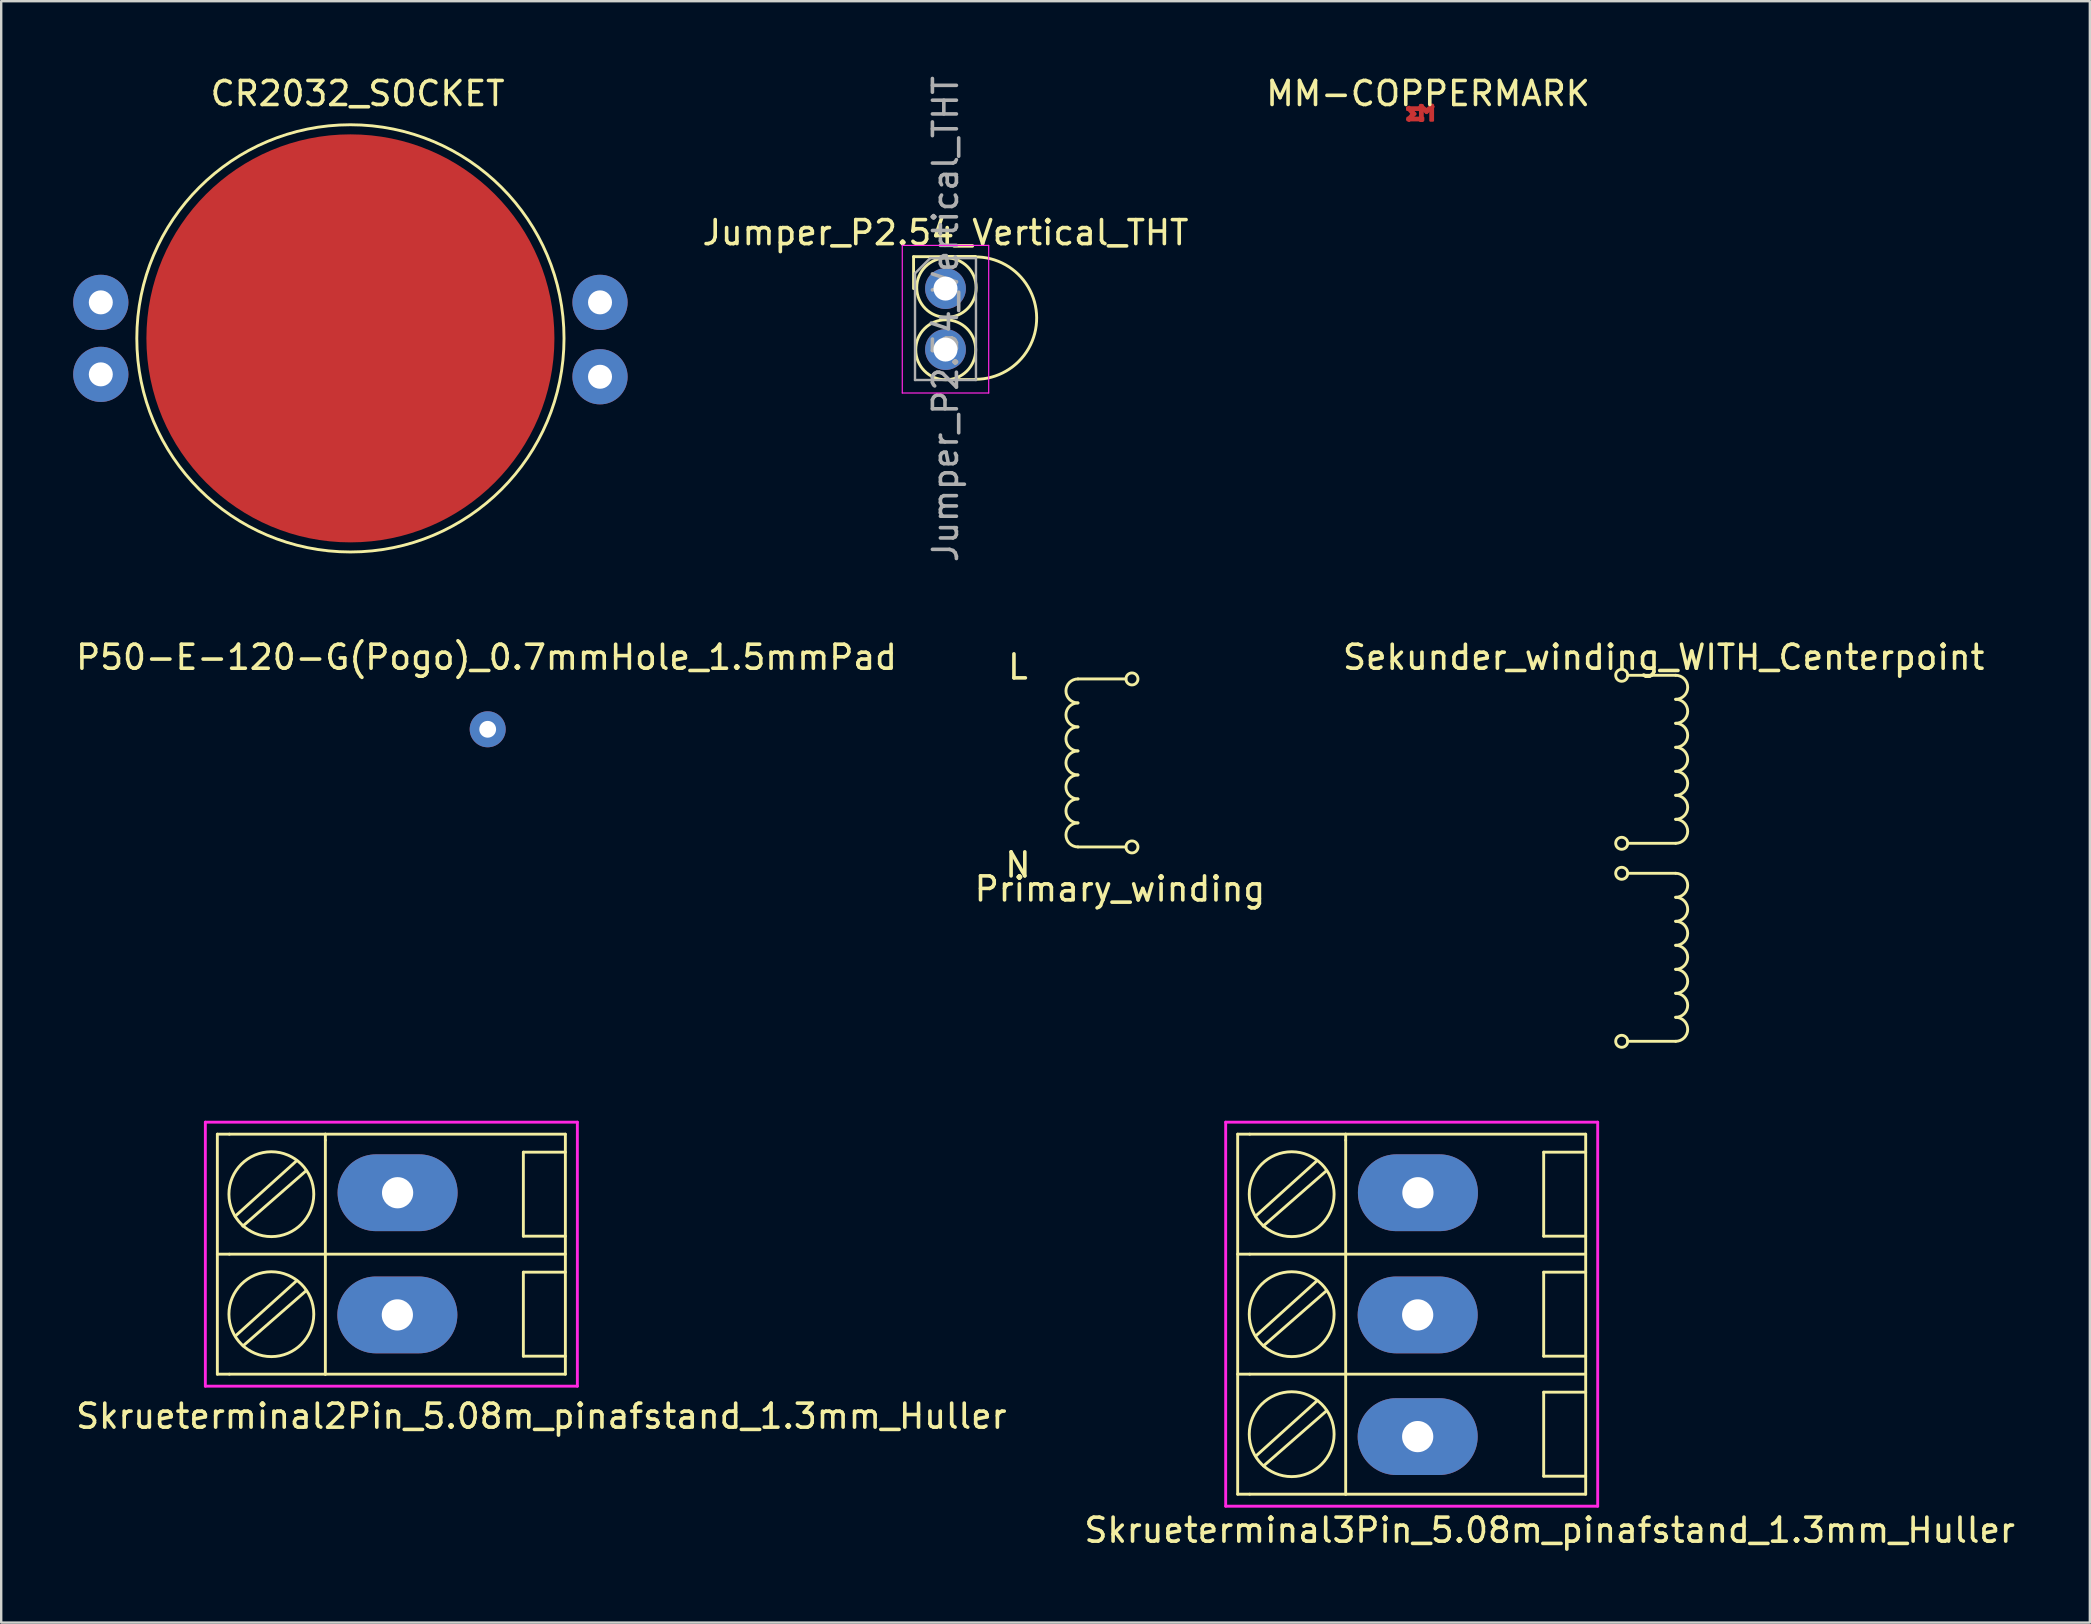
<source format=kicad_pcb>
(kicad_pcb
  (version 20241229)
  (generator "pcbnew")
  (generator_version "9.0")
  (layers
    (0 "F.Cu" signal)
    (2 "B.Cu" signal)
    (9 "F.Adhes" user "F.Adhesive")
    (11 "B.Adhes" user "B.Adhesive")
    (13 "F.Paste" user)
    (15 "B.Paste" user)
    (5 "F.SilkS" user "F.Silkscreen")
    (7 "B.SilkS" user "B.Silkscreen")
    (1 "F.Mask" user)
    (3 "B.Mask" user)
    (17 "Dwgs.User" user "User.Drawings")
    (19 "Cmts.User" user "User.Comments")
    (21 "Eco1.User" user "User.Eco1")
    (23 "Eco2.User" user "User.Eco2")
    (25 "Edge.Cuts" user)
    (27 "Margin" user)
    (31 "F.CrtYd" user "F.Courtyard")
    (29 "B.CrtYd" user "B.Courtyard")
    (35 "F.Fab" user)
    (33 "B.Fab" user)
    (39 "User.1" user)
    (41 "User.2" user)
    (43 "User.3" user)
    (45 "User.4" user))
  (footprint "Skrueterminal3Pin_5.08m_pinafstand_1.3mm_Huller"
    (layer "F.Cu")
    (at 56.018 44.456)
    (property "Reference" "Skrueterminal3Pin_5.08m_pinafstand_1.3mm_Huller" (at 5.5 16.25 0) (layer "F.SilkS") (effects (font (size 1 1) (thickness 0.15))))
    (attr through_hole)
    (fp_line (start -7.5 -0.25) (end -7.5 14.75) (stroke (width 0.12) (type solid)) (layer "F.SilkS"))
    (fp_line (start -7.5 -0.25) (end -7 -0.25) (stroke (width 0.12) (type solid)) (layer "F.SilkS"))
    (fp_line (start -7.5 14.75) (end -7 14.75) (stroke (width 0.12) (type solid)) (layer "F.SilkS"))
    (fp_line (start -7 -0.25) (end -3 -0.25) (stroke (width 0.12) (type solid)) (layer "F.SilkS"))
    (fp_line (start -7 4.75) (end -7.5 4.75) (stroke (width 0.12) (type solid)) (layer "F.SilkS"))
    (fp_line (start -7 9.75) (end -7.5 9.75) (stroke (width 0.12) (type solid)) (layer "F.SilkS"))
    (fp_line (start -6.44 3.58) (end -3.82 1.29) (stroke (width 0.12) (type solid)) (layer "F.SilkS"))
    (fp_line (start -6.43 8.57) (end -3.81 6.28) (stroke (width 0.12) (type solid)) (layer "F.SilkS"))
    (fp_line (start -6.42 13.57) (end -3.8 11.28) (stroke (width 0.12) (type solid)) (layer "F.SilkS"))
    (fp_line (start -4.2 0.86) (end -6.76 3.17) (stroke (width 0.12) (type solid)) (layer "F.SilkS"))
    (fp_line (start -4.19 5.85) (end -6.75 8.16) (stroke (width 0.12) (type solid)) (layer "F.SilkS"))
    (fp_line (start -4.18 10.85) (end -6.74 13.16) (stroke (width 0.12) (type solid)) (layer "F.SilkS"))
    (fp_line (start -3 -0.25) (end -3 0) (stroke (width 0.12) (type solid)) (layer "F.SilkS"))
    (fp_line (start -3 -0.25) (end 7 -0.25) (stroke (width 0.12) (type solid)) (layer "F.SilkS"))
    (fp_line (start -3 0) (end -3 4.75) (stroke (width 0.12) (type solid)) (layer "F.SilkS"))
    (fp_line (start -3 4.75) (end -7 4.75) (stroke (width 0.12) (type solid)) (layer "F.SilkS"))
    (fp_line (start -3 4.75) (end -3 9.75) (stroke (width 0.12) (type solid)) (layer "F.SilkS"))
    (fp_line (start -3 4.75) (end 7 4.75) (stroke (width 0.12) (type solid)) (layer "F.SilkS"))
    (fp_line (start -3 9.75) (end -7 9.75) (stroke (width 0.12) (type solid)) (layer "F.SilkS"))
    (fp_line (start -3 9.75) (end -3 14.75) (stroke (width 0.12) (type solid)) (layer "F.SilkS"))
    (fp_line (start -3 9.75) (end 7 9.75) (stroke (width 0.12) (type solid)) (layer "F.SilkS"))
    (fp_line (start -3 14.75) (end -7 14.75) (stroke (width 0.12) (type solid)) (layer "F.SilkS"))
    (fp_line (start -3 14.75) (end 7 14.75) (stroke (width 0.12) (type solid)) (layer "F.SilkS"))
    (fp_line (start 5.25 0.5) (end 5.25 4) (stroke (width 0.12) (type solid)) (layer "F.SilkS"))
    (fp_line (start 5.25 4) (end 7 4) (stroke (width 0.12) (type solid)) (layer "F.SilkS"))
    (fp_line (start 5.25 5.5) (end 5.25 9) (stroke (width 0.12) (type solid)) (layer "F.SilkS"))
    (fp_line (start 5.25 9) (end 7 9) (stroke (width 0.12) (type solid)) (layer "F.SilkS"))
    (fp_line (start 5.25 10.5) (end 5.25 14) (stroke (width 0.12) (type solid)) (layer "F.SilkS"))
    (fp_line (start 5.25 14) (end 7 14) (stroke (width 0.12) (type solid)) (layer "F.SilkS"))
    (fp_line (start 7 -0.25) (end 7 14.75) (stroke (width 0.12) (type solid)) (layer "F.SilkS"))
    (fp_line (start 7 0.5) (end 5.25 0.5) (stroke (width 0.12) (type solid)) (layer "F.SilkS"))
    (fp_line (start 7 5.5) (end 5.25 5.5) (stroke (width 0.12) (type solid)) (layer "F.SilkS"))
    (fp_line (start 7 10.5) (end 5.25 10.5) (stroke (width 0.12) (type solid)) (layer "F.SilkS"))
    (fp_circle (center -5.25 2.25) (end -3.5 2) (stroke (width 0.12) (type solid)) (fill no) (layer "F.SilkS"))
    (fp_circle (center -5.25 7.25) (end -3.5 7) (stroke (width 0.12) (type solid)) (fill no) (layer "F.SilkS"))
    (fp_circle (center -5.25 12.25) (end -3.5 12) (stroke (width 0.12) (type solid)) (fill no) (layer "F.SilkS"))
    (fp_line (start -8 -0.75) (end -8 15.25) (stroke (width 0.12) (type solid)) (layer "F.CrtYd"))
    (fp_line (start -8 15.25) (end 7.5 15.25) (stroke (width 0.12) (type solid)) (layer "F.CrtYd"))
    (fp_line (start 7.5 -0.75) (end -8 -0.75) (stroke (width 0.12) (type solid)) (layer "F.CrtYd"))
    (fp_line (start 7.5 15.25) (end 7.5 -0.75) (stroke (width 0.12) (type solid)) (layer "F.CrtYd"))
    (pad "1" thru_hole oval (at 0.01 2.19) (size 5 3.2) (drill 1.3) (layers "*.Cu" "*.Mask"))
    (pad "2" thru_hole oval (at 0 7.28) (size 5 3.2) (drill 1.3) (layers "*.Cu" "*.Mask"))
    (pad "3" thru_hole oval (at 0 12.35) (size 5 3.2) (drill 1.3) (layers "*.Cu" "*.Mask")))
  (footprint "MM-COPPERMARK"
    (layer "F.Cu")
    (at 56.151 1.438)
    (property "Reference" "MM-COPPERMARK" (at 0.3 -0.59 0) (layer "F.SilkS") (effects (font (size 1 1) (thickness 0.15))))
    (attr through_hole)
    (pad "1" smd roundrect (at -0.24 0.04 90) (size 0.2 0.75) (layers "F.Cu" "F.Mask" "F.Paste") (roundrect_rratio 0.25))
    (pad "1" smd roundrect (at -0.23 0.47 90) (size 0.2 0.75) (layers "F.Cu" "F.Mask" "F.Paste") (roundrect_rratio 0.25))
    (pad "1" smd roundrect (at 0.02 0.22) (size 0.2 0.75) (layers "F.Cu" "F.Mask" "F.Paste") (roundrect_rratio 0.25))
    (pad "1" smd roundrect (at 0.45 0.21) (size 0.2 0.75) (layers "F.Cu" "F.Mask" "F.Paste") (roundrect_rratio 0.25))
    (pad "2" smd roundrect (at -0.4 0.15 40) (size 0.2 0.5) (layers "F.Cu" "F.Mask" "F.Paste") (roundrect_rratio 0.25))
    (pad "2" smd roundrect (at -0.4 0.36 140) (size 0.2 0.5) (layers "F.Cu" "F.Mask" "F.Paste") (roundrect_rratio 0.25))
    (pad "2" smd roundrect (at 0.13 0.05 50) (size 0.2 0.5) (layers "F.Cu" "F.Mask" "F.Paste") (roundrect_rratio 0.25))
    (pad "2" smd roundrect (at 0.34 0.05 310) (size 0.2 0.5) (layers "F.Cu" "F.Mask" "F.Paste") (roundrect_rratio 0.25)))
  (footprint "P50-E-120-G(Pogo)_0.7mmHole_1.5mmPad"
    (layer "F.Cu")
    (at 17.27 27.336)
    (property "Reference" "P50-E-120-G(Pogo)_0.7mmHole_1.5mmPad" (at -0.05 -3 0) (layer "F.SilkS") (effects (font (size 1 1) (thickness 0.15))))
    (attr through_hole)
    (pad "1" thru_hole circle (at 0 0) (size 1.5 1.5) (drill 0.7) (layers "*.Cu" "*.Mask")))
  (footprint "Skrueterminal2Pin_5.08m_pinafstand_1.3mm_Huller"
    (layer "F.Cu")
    (at 13.506 44.456)
    (property "Reference" "Skrueterminal2Pin_5.08m_pinafstand_1.3mm_Huller" (at 6 11.5 0) (layer "F.SilkS") (effects (font (size 1 1) (thickness 0.15))))
    (attr through_hole)
    (fp_line (start -7.5 -0.25) (end -7.5 9.75) (stroke (width 0.12) (type solid)) (layer "F.SilkS"))
    (fp_line (start -7.5 -0.25) (end -7 -0.25) (stroke (width 0.12) (type solid)) (layer "F.SilkS"))
    (fp_line (start -7 -0.25) (end -3 -0.25) (stroke (width 0.12) (type solid)) (layer "F.SilkS"))
    (fp_line (start -7 4.75) (end -7.5 4.75) (stroke (width 0.12) (type solid)) (layer "F.SilkS"))
    (fp_line (start -7 9.75) (end -7.5 9.75) (stroke (width 0.12) (type solid)) (layer "F.SilkS"))
    (fp_line (start -6.44 3.58) (end -3.82 1.29) (stroke (width 0.12) (type solid)) (layer "F.SilkS"))
    (fp_line (start -6.43 8.57) (end -3.81 6.28) (stroke (width 0.12) (type solid)) (layer "F.SilkS"))
    (fp_line (start -4.2 0.86) (end -6.76 3.17) (stroke (width 0.12) (type solid)) (layer "F.SilkS"))
    (fp_line (start -4.19 5.85) (end -6.75 8.16) (stroke (width 0.12) (type solid)) (layer "F.SilkS"))
    (fp_line (start -3 -0.25) (end -3 0) (stroke (width 0.12) (type solid)) (layer "F.SilkS"))
    (fp_line (start -3 -0.25) (end 7 -0.25) (stroke (width 0.12) (type solid)) (layer "F.SilkS"))
    (fp_line (start -3 0) (end -3 4.75) (stroke (width 0.12) (type solid)) (layer "F.SilkS"))
    (fp_line (start -3 4.75) (end -7 4.75) (stroke (width 0.12) (type solid)) (layer "F.SilkS"))
    (fp_line (start -3 4.75) (end -3 9.75) (stroke (width 0.12) (type solid)) (layer "F.SilkS"))
    (fp_line (start -3 4.75) (end 7 4.75) (stroke (width 0.12) (type solid)) (layer "F.SilkS"))
    (fp_line (start -3 9.75) (end -7 9.75) (stroke (width 0.12) (type solid)) (layer "F.SilkS"))
    (fp_line (start -3 9.75) (end 7 9.75) (stroke (width 0.12) (type solid)) (layer "F.SilkS"))
    (fp_line (start 5.25 0.5) (end 5.25 4) (stroke (width 0.12) (type solid)) (layer "F.SilkS"))
    (fp_line (start 5.25 4) (end 7 4) (stroke (width 0.12) (type solid)) (layer "F.SilkS"))
    (fp_line (start 5.25 5.5) (end 5.25 9) (stroke (width 0.12) (type solid)) (layer "F.SilkS"))
    (fp_line (start 5.25 9) (end 7 9) (stroke (width 0.12) (type solid)) (layer "F.SilkS"))
    (fp_line (start 7 -0.25) (end 7 9.75) (stroke (width 0.12) (type solid)) (layer "F.SilkS"))
    (fp_line (start 7 0.5) (end 5.25 0.5) (stroke (width 0.12) (type solid)) (layer "F.SilkS"))
    (fp_line (start 7 5.5) (end 5.25 5.5) (stroke (width 0.12) (type solid)) (layer "F.SilkS"))
    (fp_circle (center -5.25 2.25) (end -3.5 2) (stroke (width 0.12) (type solid)) (fill no) (layer "F.SilkS"))
    (fp_circle (center -5.25 7.25) (end -3.5 7) (stroke (width 0.12) (type solid)) (fill no) (layer "F.SilkS"))
    (fp_line (start -8 -0.75) (end -8 10.25) (stroke (width 0.12) (type solid)) (layer "F.CrtYd"))
    (fp_line (start -8 10.25) (end 7.5 10.25) (stroke (width 0.12) (type solid)) (layer "F.CrtYd"))
    (fp_line (start 7.5 -0.75) (end -8 -0.75) (stroke (width 0.12) (type solid)) (layer "F.CrtYd"))
    (fp_line (start 7.5 10.25) (end 7.5 -0.75) (stroke (width 0.12) (type solid)) (layer "F.CrtYd"))
    (pad "1" thru_hole oval (at 0.01 2.19) (size 5 3.2) (drill 1.3) (layers "*.Cu" "*.Mask"))
    (pad "2" thru_hole oval (at 0 7.28) (size 5 3.2) (drill 1.3) (layers "*.Cu" "*.Mask")))
  (footprint "Jumper_P2.54_Vertical_THT"
    (layer "F.Cu")
    (at 36.344 8.974)
    (property "Reference" "Jumper_P2.54_Vertical_THT" (at 0 -2.33 0) (layer "F.SilkS") (effects (font (size 1 1) (thickness 0.15))))
    (attr through_hole)
    (fp_line (start -1.33 -1.33) (end 0 -1.33) (stroke (width 0.12) (type solid)) (layer "F.SilkS"))
    (fp_line (start -1.33 0) (end -1.33 -1.33) (stroke (width 0.12) (type solid)) (layer "F.SilkS"))
    (fp_line (start 1.25 -1.34) (end 0 -1.34) (stroke (width 0.12) (type solid)) (layer "F.SilkS"))
    (fp_line (start 1.26 3.79) (end 0 3.79) (stroke (width 0.12) (type solid)) (layer "F.SilkS"))
    (fp_arc (start 1.21 -1.32) (mid 3.796709 1.211347) (end 1.246775 3.779735) (stroke (width 0.12) (type solid)) (layer "F.SilkS"))
    (fp_circle (center 0.01 2.55) (end 1.19 2.96) (stroke (width 0.12) (type solid)) (fill no) (layer "F.SilkS"))
    (fp_circle (center 0.04 -0.039) (end 1.19 0.421) (stroke (width 0.12) (type solid)) (fill no) (layer "F.SilkS"))
    (fp_line (start -1.8 -1.8) (end -1.8 4.35) (stroke (width 0.05) (type solid)) (layer "F.CrtYd"))
    (fp_line (start -1.8 4.35) (end 1.8 4.35) (stroke (width 0.05) (type solid)) (layer "F.CrtYd"))
    (fp_line (start 1.8 -1.8) (end -1.8 -1.8) (stroke (width 0.05) (type solid)) (layer "F.CrtYd"))
    (fp_line (start 1.8 4.35) (end 1.8 -1.8) (stroke (width 0.05) (type solid)) (layer "F.CrtYd"))
    (fp_line (start -1.27 -0.635) (end -0.635 -1.27) (stroke (width 0.1) (type solid)) (layer "F.Fab"))
    (fp_line (start -1.27 3.81) (end -1.27 -0.635) (stroke (width 0.1) (type solid)) (layer "F.Fab"))
    (fp_line (start -0.635 -1.27) (end 1.27 -1.27) (stroke (width 0.1) (type solid)) (layer "F.Fab"))
    (fp_line (start 1.27 -1.27) (end 1.27 3.81) (stroke (width 0.1) (type solid)) (layer "F.Fab"))
    (fp_line (start 1.27 3.81) (end -1.27 3.81) (stroke (width 0.1) (type solid)) (layer "F.Fab"))
    (fp_text user "${REFERENCE}" (at 0 1.27 90) (layer "F.Fab") (effects (font (size 1 1) (thickness 0.15))))
    (pad "1" thru_hole circle (at 0 0) (size 1.7 1.7) (drill 1) (layers "*.Cu" "*.Mask"))
    (pad "2" thru_hole oval (at 0 2.54) (size 1.7 1.7) (drill 1) (layers "*.Cu" "*.Mask")))
  (footprint "CR2032_SOCKET"
    (layer "F.Cu")
    (at 11.55 11.048)
    (property "Reference" "CR2032_SOCKET" (at 0.3 -10.2 0) (layer "F.SilkS") (effects (font (size 1 1) (thickness 0.15))))
    (attr through_hole)
    (fp_circle (center 0 0) (end 8.9 0) (stroke (width 0.12) (type solid)) (fill no) (layer "F.SilkS"))
    (pad "1" thru_hole circle (at -10.4 -1.5) (size 2.3 2.3) (drill 1) (layers "*.Cu" "*.Mask"))
    (pad "1" thru_hole circle (at -10.4 1.5) (size 2.3 2.3) (drill 1) (layers "*.Cu" "*.Mask"))
    (pad "1" thru_hole circle (at 10.4 -1.5) (size 2.3 2.3) (drill 1) (layers "*.Cu" "*.Mask"))
    (pad "1" thru_hole circle (at 10.4 1.6) (size 2.3 2.3) (drill 1) (layers "*.Cu" "*.Mask"))
    (pad "2" smd circle (at 0 0) (size 17 17) (layers "F.Cu" "F.Mask" "F.Paste")))
  (footprint "Primary_winding"
    (layer "F.Cu")
    (at 43.113 23.738)
    (property "Reference" "Primary_winding" (at 0.5 10.25 180) (layer "F.SilkS") (effects (font (size 1 1) (thickness 0.15))))
    (attr through_hole)
    (fp_line (start 0.75 1.5) (end -1.25 1.5) (stroke (width 0.12) (type solid)) (layer "F.SilkS"))
    (fp_line (start 0.75 8.5) (end -1.25 8.5) (stroke (width 0.12) (type solid)) (layer "F.SilkS"))
    (fp_arc (start -1.25 2.5) (mid -1.75 2) (end -1.25 1.5) (stroke (width 0.12) (type solid)) (layer "F.SilkS"))
    (fp_arc (start -1.25 3.5) (mid -1.75 3) (end -1.25 2.5) (stroke (width 0.12) (type solid)) (layer "F.SilkS"))
    (fp_arc (start -1.25 4.5) (mid -1.75 4) (end -1.25 3.5) (stroke (width 0.12) (type solid)) (layer "F.SilkS"))
    (fp_arc (start -1.25 5.5) (mid -1.75 5) (end -1.25 4.5) (stroke (width 0.12) (type solid)) (layer "F.SilkS"))
    (fp_arc (start -1.25 6.5) (mid -1.75 6) (end -1.25 5.5) (stroke (width 0.12) (type solid)) (layer "F.SilkS"))
    (fp_arc (start -1.25 7.5) (mid -1.75 7) (end -1.25 6.5) (stroke (width 0.12) (type solid)) (layer "F.SilkS"))
    (fp_arc (start -1.25 8.5) (mid -1.75 8) (end -1.25 7.5) (stroke (width 0.12) (type solid)) (layer "F.SilkS"))
    (fp_circle (center 1 1.5) (end 1 1.25) (stroke (width 0.12) (type solid)) (fill no) (layer "F.SilkS"))
    (fp_circle (center 1 8.5) (end 1 8.25) (stroke (width 0.12) (type solid)) (fill no) (layer "F.SilkS"))
    (fp_text user "N" (at -3.75 9.25 0) (layer "F.SilkS") (effects (font (size 1 1) (thickness 0.15))))
    (fp_text user "L" (at -3.75 1 0) (layer "F.SilkS") (effects (font (size 1 1) (thickness 0.15)))))
  (footprint "Sekunder_winding_WITH_Centerpoint"
    (layer "F.Cu")
    (at 66.268 23.836)
    (property "Reference" "Sekunder_winding_WITH_Centerpoint" (at 0 0.5 0) (layer "F.SilkS") (effects (font (size 1 1) (thickness 0.15))))
    (attr through_hole)
    (fp_line (start -1.5 1.25) (end 0.5 1.25) (stroke (width 0.12) (type solid)) (layer "F.SilkS"))
    (fp_line (start -1.5 8.25) (end 0.5 8.25) (stroke (width 0.12) (type solid)) (layer "F.SilkS"))
    (fp_line (start -1.5 9.5) (end 0.5 9.5) (stroke (width 0.12) (type solid)) (layer "F.SilkS"))
    (fp_line (start -1.5 16.5) (end 0.5 16.5) (stroke (width 0.12) (type solid)) (layer "F.SilkS"))
    (fp_arc (start 0.5 1.25) (mid 1 1.75) (end 0.5 2.25) (stroke (width 0.12) (type solid)) (layer "F.SilkS"))
    (fp_arc (start 0.5 2.25) (mid 1 2.75) (end 0.5 3.25) (stroke (width 0.12) (type solid)) (layer "F.SilkS"))
    (fp_arc (start 0.5 3.25) (mid 1 3.75) (end 0.5 4.25) (stroke (width 0.12) (type solid)) (layer "F.SilkS"))
    (fp_arc (start 0.5 4.25) (mid 1 4.75) (end 0.5 5.25) (stroke (width 0.12) (type solid)) (layer "F.SilkS"))
    (fp_arc (start 0.5 5.25) (mid 1 5.75) (end 0.5 6.25) (stroke (width 0.12) (type solid)) (layer "F.SilkS"))
    (fp_arc (start 0.5 6.25) (mid 1 6.75) (end 0.5 7.25) (stroke (width 0.12) (type solid)) (layer "F.SilkS"))
    (fp_arc (start 0.5 7.25) (mid 1 7.75) (end 0.5 8.25) (stroke (width 0.12) (type solid)) (layer "F.SilkS"))
    (fp_arc (start 0.5 9.5) (mid 1 10) (end 0.5 10.5) (stroke (width 0.12) (type solid)) (layer "F.SilkS"))
    (fp_arc (start 0.5 10.5) (mid 1 11) (end 0.5 11.5) (stroke (width 0.12) (type solid)) (layer "F.SilkS"))
    (fp_arc (start 0.5 11.5) (mid 1 12) (end 0.5 12.5) (stroke (width 0.12) (type solid)) (layer "F.SilkS"))
    (fp_arc (start 0.5 12.5) (mid 1 13) (end 0.5 13.5) (stroke (width 0.12) (type solid)) (layer "F.SilkS"))
    (fp_arc (start 0.5 13.5) (mid 1 14) (end 0.5 14.5) (stroke (width 0.12) (type solid)) (layer "F.SilkS"))
    (fp_arc (start 0.5 14.5) (mid 1 15) (end 0.5 15.5) (stroke (width 0.12) (type solid)) (layer "F.SilkS"))
    (fp_arc (start 0.5 15.5) (mid 1 16) (end 0.5 16.5) (stroke (width 0.12) (type solid)) (layer "F.SilkS"))
    (fp_circle (center -1.75 1.25) (end -1.75 1.5) (stroke (width 0.12) (type solid)) (fill no) (layer "F.SilkS"))
    (fp_circle (center -1.75 8.25) (end -1.75 8.5) (stroke (width 0.12) (type solid)) (fill no) (layer "F.SilkS"))
    (fp_circle (center -1.75 9.5) (end -1.75 9.75) (stroke (width 0.12) (type solid)) (fill no) (layer "F.SilkS"))
    (fp_circle (center -1.75 16.5) (end -1.75 16.75) (stroke (width 0.12) (type solid)) (fill no) (layer "F.SilkS")))
  (gr_rect
    (start -3 -3)
    (end 84.024 64.555)
    (stroke (width 0.1) (type default))
    (fill no)
    (layer "Edge.Cuts")))
</source>
